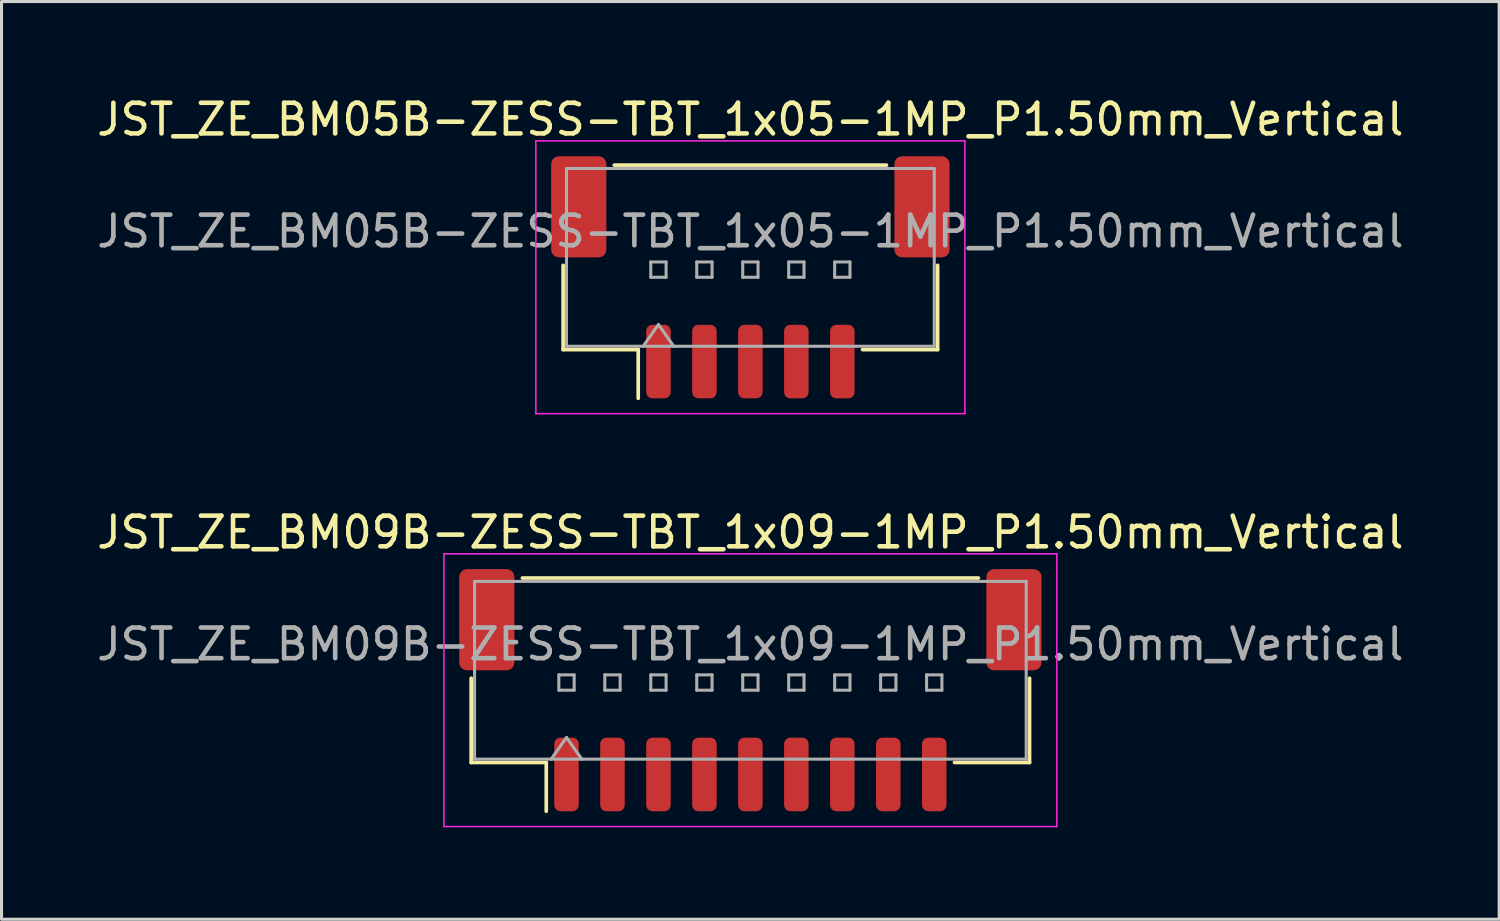
<source format=kicad_pcb>
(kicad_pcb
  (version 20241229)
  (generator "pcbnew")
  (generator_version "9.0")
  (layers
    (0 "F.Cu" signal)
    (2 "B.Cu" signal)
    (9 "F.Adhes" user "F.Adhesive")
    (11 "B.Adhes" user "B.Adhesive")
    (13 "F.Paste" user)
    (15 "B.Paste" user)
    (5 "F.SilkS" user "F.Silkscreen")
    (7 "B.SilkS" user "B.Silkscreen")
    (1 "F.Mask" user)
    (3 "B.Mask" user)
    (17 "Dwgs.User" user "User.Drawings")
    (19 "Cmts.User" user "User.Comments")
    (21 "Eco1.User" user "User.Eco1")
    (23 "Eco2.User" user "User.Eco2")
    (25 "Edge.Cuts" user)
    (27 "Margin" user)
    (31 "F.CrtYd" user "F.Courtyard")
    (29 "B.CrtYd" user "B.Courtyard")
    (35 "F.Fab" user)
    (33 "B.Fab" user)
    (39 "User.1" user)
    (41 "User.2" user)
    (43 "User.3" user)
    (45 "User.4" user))
  (footprint "JST_ZE_BM09B-ZESS-TBT_1x09-1MP_P1.50mm_Vertical"
    (layer "F.Cu")
    (at 21.435 19.471)
    (property "Reference" "JST_ZE_BM09B-ZESS-TBT_1x09-1MP_P1.50mm_Vertical" (at 0 -5.15 0) (layer "F.SilkS") (effects (font (size 1 1) (thickness 0.15))))
    (attr smd)
    (fp_line (start -9.11 -0.39) (end -9.11 2.36) (stroke (width 0.12) (type solid)) (layer "F.SilkS"))
    (fp_line (start -9.11 2.36) (end -6.66 2.36) (stroke (width 0.12) (type solid)) (layer "F.SilkS"))
    (fp_line (start -7.44 -3.66) (end 7.44 -3.66) (stroke (width 0.12) (type solid)) (layer "F.SilkS"))
    (fp_line (start -6.66 2.36) (end -6.66 3.95) (stroke (width 0.12) (type solid)) (layer "F.SilkS"))
    (fp_line (start 9.11 -0.39) (end 9.11 2.36) (stroke (width 0.12) (type solid)) (layer "F.SilkS"))
    (fp_line (start 9.11 2.36) (end 6.66 2.36) (stroke (width 0.12) (type solid)) (layer "F.SilkS"))
    (fp_line (start -10 -4.45) (end -10 4.45) (stroke (width 0.05) (type solid)) (layer "F.CrtYd"))
    (fp_line (start -10 4.45) (end 10 4.45) (stroke (width 0.05) (type solid)) (layer "F.CrtYd"))
    (fp_line (start 10 -4.45) (end -10 -4.45) (stroke (width 0.05) (type solid)) (layer "F.CrtYd"))
    (fp_line (start 10 4.45) (end 10 -4.45) (stroke (width 0.05) (type solid)) (layer "F.CrtYd"))
    (fp_line (start -9 -3.55) (end 9 -3.55) (stroke (width 0.1) (type solid)) (layer "F.Fab"))
    (fp_line (start -9 2.25) (end -9 -3.55) (stroke (width 0.1) (type solid)) (layer "F.Fab"))
    (fp_line (start -9 2.25) (end 9 2.25) (stroke (width 0.1) (type solid)) (layer "F.Fab"))
    (fp_line (start -6.5 2.25) (end -6 1.543) (stroke (width 0.1) (type solid)) (layer "F.Fab"))
    (fp_line (start -6.25 -0.5) (end -6.25 0) (stroke (width 0.1) (type solid)) (layer "F.Fab"))
    (fp_line (start -6.25 0) (end -5.75 0) (stroke (width 0.1) (type solid)) (layer "F.Fab"))
    (fp_line (start -6 1.543) (end -5.5 2.25) (stroke (width 0.1) (type solid)) (layer "F.Fab"))
    (fp_line (start -5.75 -0.5) (end -6.25 -0.5) (stroke (width 0.1) (type solid)) (layer "F.Fab"))
    (fp_line (start -5.75 0) (end -5.75 -0.5) (stroke (width 0.1) (type solid)) (layer "F.Fab"))
    (fp_line (start -4.75 -0.5) (end -4.75 0) (stroke (width 0.1) (type solid)) (layer "F.Fab"))
    (fp_line (start -4.75 0) (end -4.25 0) (stroke (width 0.1) (type solid)) (layer "F.Fab"))
    (fp_line (start -4.25 -0.5) (end -4.75 -0.5) (stroke (width 0.1) (type solid)) (layer "F.Fab"))
    (fp_line (start -4.25 0) (end -4.25 -0.5) (stroke (width 0.1) (type solid)) (layer "F.Fab"))
    (fp_line (start -3.25 -0.5) (end -3.25 0) (stroke (width 0.1) (type solid)) (layer "F.Fab"))
    (fp_line (start -3.25 0) (end -2.75 0) (stroke (width 0.1) (type solid)) (layer "F.Fab"))
    (fp_line (start -2.75 -0.5) (end -3.25 -0.5) (stroke (width 0.1) (type solid)) (layer "F.Fab"))
    (fp_line (start -2.75 0) (end -2.75 -0.5) (stroke (width 0.1) (type solid)) (layer "F.Fab"))
    (fp_line (start -1.75 -0.5) (end -1.75 0) (stroke (width 0.1) (type solid)) (layer "F.Fab"))
    (fp_line (start -1.75 0) (end -1.25 0) (stroke (width 0.1) (type solid)) (layer "F.Fab"))
    (fp_line (start -1.25 -0.5) (end -1.75 -0.5) (stroke (width 0.1) (type solid)) (layer "F.Fab"))
    (fp_line (start -1.25 0) (end -1.25 -0.5) (stroke (width 0.1) (type solid)) (layer "F.Fab"))
    (fp_line (start -0.25 -0.5) (end -0.25 0) (stroke (width 0.1) (type solid)) (layer "F.Fab"))
    (fp_line (start -0.25 0) (end 0.25 0) (stroke (width 0.1) (type solid)) (layer "F.Fab"))
    (fp_line (start 0.25 -0.5) (end -0.25 -0.5) (stroke (width 0.1) (type solid)) (layer "F.Fab"))
    (fp_line (start 0.25 0) (end 0.25 -0.5) (stroke (width 0.1) (type solid)) (layer "F.Fab"))
    (fp_line (start 1.25 -0.5) (end 1.25 0) (stroke (width 0.1) (type solid)) (layer "F.Fab"))
    (fp_line (start 1.25 0) (end 1.75 0) (stroke (width 0.1) (type solid)) (layer "F.Fab"))
    (fp_line (start 1.75 -0.5) (end 1.25 -0.5) (stroke (width 0.1) (type solid)) (layer "F.Fab"))
    (fp_line (start 1.75 0) (end 1.75 -0.5) (stroke (width 0.1) (type solid)) (layer "F.Fab"))
    (fp_line (start 2.75 -0.5) (end 2.75 0) (stroke (width 0.1) (type solid)) (layer "F.Fab"))
    (fp_line (start 2.75 0) (end 3.25 0) (stroke (width 0.1) (type solid)) (layer "F.Fab"))
    (fp_line (start 3.25 -0.5) (end 2.75 -0.5) (stroke (width 0.1) (type solid)) (layer "F.Fab"))
    (fp_line (start 3.25 0) (end 3.25 -0.5) (stroke (width 0.1) (type solid)) (layer "F.Fab"))
    (fp_line (start 4.25 -0.5) (end 4.25 0) (stroke (width 0.1) (type solid)) (layer "F.Fab"))
    (fp_line (start 4.25 0) (end 4.75 0) (stroke (width 0.1) (type solid)) (layer "F.Fab"))
    (fp_line (start 4.75 -0.5) (end 4.25 -0.5) (stroke (width 0.1) (type solid)) (layer "F.Fab"))
    (fp_line (start 4.75 0) (end 4.75 -0.5) (stroke (width 0.1) (type solid)) (layer "F.Fab"))
    (fp_line (start 5.75 -0.5) (end 5.75 0) (stroke (width 0.1) (type solid)) (layer "F.Fab"))
    (fp_line (start 5.75 0) (end 6.25 0) (stroke (width 0.1) (type solid)) (layer "F.Fab"))
    (fp_line (start 6.25 -0.5) (end 5.75 -0.5) (stroke (width 0.1) (type solid)) (layer "F.Fab"))
    (fp_line (start 6.25 0) (end 6.25 -0.5) (stroke (width 0.1) (type solid)) (layer "F.Fab"))
    (fp_line (start 9 2.25) (end 9 -3.55) (stroke (width 0.1) (type solid)) (layer "F.Fab"))
    (fp_text user "${REFERENCE}" (at 0 -1.5 0) (layer "F.Fab") (effects (font (size 1 1) (thickness 0.15))))
    (pad "1" smd roundrect (at -6 2.75) (size 0.8 2.4) (layers "F.Cu" "F.Mask" "F.Paste") (roundrect_rratio 0.25))
    (pad "2" smd roundrect (at -4.5 2.75) (size 0.8 2.4) (layers "F.Cu" "F.Mask" "F.Paste") (roundrect_rratio 0.25))
    (pad "3" smd roundrect (at -3 2.75) (size 0.8 2.4) (layers "F.Cu" "F.Mask" "F.Paste") (roundrect_rratio 0.25))
    (pad "4" smd roundrect (at -1.5 2.75) (size 0.8 2.4) (layers "F.Cu" "F.Mask" "F.Paste") (roundrect_rratio 0.25))
    (pad "5" smd roundrect (at 0 2.75) (size 0.8 2.4) (layers "F.Cu" "F.Mask" "F.Paste") (roundrect_rratio 0.25))
    (pad "6" smd roundrect (at 1.5 2.75) (size 0.8 2.4) (layers "F.Cu" "F.Mask" "F.Paste") (roundrect_rratio 0.25))
    (pad "7" smd roundrect (at 3 2.75) (size 0.8 2.4) (layers "F.Cu" "F.Mask" "F.Paste") (roundrect_rratio 0.25))
    (pad "8" smd roundrect (at 4.5 2.75) (size 0.8 2.4) (layers "F.Cu" "F.Mask" "F.Paste") (roundrect_rratio 0.25))
    (pad "9" smd roundrect (at 6 2.75) (size 0.8 2.4) (layers "F.Cu" "F.Mask" "F.Paste") (roundrect_rratio 0.25))
    (pad "MP" smd roundrect (at -8.6 -2.3) (size 1.8 3.3) (layers "F.Cu" "F.Mask" "F.Paste") (roundrect_rratio 0.139))
    (pad "MP" smd roundrect (at 8.6 -2.3) (size 1.8 3.3) (layers "F.Cu" "F.Mask" "F.Paste") (roundrect_rratio 0.139)))
  (footprint "JST_ZE_BM05B-ZESS-TBT_1x05-1MP_P1.50mm_Vertical"
    (layer "F.Cu")
    (at 21.435 5.998)
    (property "Reference" "JST_ZE_BM05B-ZESS-TBT_1x05-1MP_P1.50mm_Vertical" (at 0 -5.15 0) (layer "F.SilkS") (effects (font (size 1 1) (thickness 0.15))))
    (attr smd)
    (fp_line (start -6.11 -0.39) (end -6.11 2.36) (stroke (width 0.12) (type solid)) (layer "F.SilkS"))
    (fp_line (start -6.11 2.36) (end -3.66 2.36) (stroke (width 0.12) (type solid)) (layer "F.SilkS"))
    (fp_line (start -4.44 -3.66) (end 4.44 -3.66) (stroke (width 0.12) (type solid)) (layer "F.SilkS"))
    (fp_line (start -3.66 2.36) (end -3.66 3.95) (stroke (width 0.12) (type solid)) (layer "F.SilkS"))
    (fp_line (start 6.11 -0.39) (end 6.11 2.36) (stroke (width 0.12) (type solid)) (layer "F.SilkS"))
    (fp_line (start 6.11 2.36) (end 3.66 2.36) (stroke (width 0.12) (type solid)) (layer "F.SilkS"))
    (fp_line (start -7 -4.45) (end -7 4.45) (stroke (width 0.05) (type solid)) (layer "F.CrtYd"))
    (fp_line (start -7 4.45) (end 7 4.45) (stroke (width 0.05) (type solid)) (layer "F.CrtYd"))
    (fp_line (start 7 -4.45) (end -7 -4.45) (stroke (width 0.05) (type solid)) (layer "F.CrtYd"))
    (fp_line (start 7 4.45) (end 7 -4.45) (stroke (width 0.05) (type solid)) (layer "F.CrtYd"))
    (fp_line (start -6 -3.55) (end 6 -3.55) (stroke (width 0.1) (type solid)) (layer "F.Fab"))
    (fp_line (start -6 2.25) (end -6 -3.55) (stroke (width 0.1) (type solid)) (layer "F.Fab"))
    (fp_line (start -6 2.25) (end 6 2.25) (stroke (width 0.1) (type solid)) (layer "F.Fab"))
    (fp_line (start -3.5 2.25) (end -3 1.543) (stroke (width 0.1) (type solid)) (layer "F.Fab"))
    (fp_line (start -3.25 -0.5) (end -3.25 0) (stroke (width 0.1) (type solid)) (layer "F.Fab"))
    (fp_line (start -3.25 0) (end -2.75 0) (stroke (width 0.1) (type solid)) (layer "F.Fab"))
    (fp_line (start -3 1.543) (end -2.5 2.25) (stroke (width 0.1) (type solid)) (layer "F.Fab"))
    (fp_line (start -2.75 -0.5) (end -3.25 -0.5) (stroke (width 0.1) (type solid)) (layer "F.Fab"))
    (fp_line (start -2.75 0) (end -2.75 -0.5) (stroke (width 0.1) (type solid)) (layer "F.Fab"))
    (fp_line (start -1.75 -0.5) (end -1.75 0) (stroke (width 0.1) (type solid)) (layer "F.Fab"))
    (fp_line (start -1.75 0) (end -1.25 0) (stroke (width 0.1) (type solid)) (layer "F.Fab"))
    (fp_line (start -1.25 -0.5) (end -1.75 -0.5) (stroke (width 0.1) (type solid)) (layer "F.Fab"))
    (fp_line (start -1.25 0) (end -1.25 -0.5) (stroke (width 0.1) (type solid)) (layer "F.Fab"))
    (fp_line (start -0.25 -0.5) (end -0.25 0) (stroke (width 0.1) (type solid)) (layer "F.Fab"))
    (fp_line (start -0.25 0) (end 0.25 0) (stroke (width 0.1) (type solid)) (layer "F.Fab"))
    (fp_line (start 0.25 -0.5) (end -0.25 -0.5) (stroke (width 0.1) (type solid)) (layer "F.Fab"))
    (fp_line (start 0.25 0) (end 0.25 -0.5) (stroke (width 0.1) (type solid)) (layer "F.Fab"))
    (fp_line (start 1.25 -0.5) (end 1.25 0) (stroke (width 0.1) (type solid)) (layer "F.Fab"))
    (fp_line (start 1.25 0) (end 1.75 0) (stroke (width 0.1) (type solid)) (layer "F.Fab"))
    (fp_line (start 1.75 -0.5) (end 1.25 -0.5) (stroke (width 0.1) (type solid)) (layer "F.Fab"))
    (fp_line (start 1.75 0) (end 1.75 -0.5) (stroke (width 0.1) (type solid)) (layer "F.Fab"))
    (fp_line (start 2.75 -0.5) (end 2.75 0) (stroke (width 0.1) (type solid)) (layer "F.Fab"))
    (fp_line (start 2.75 0) (end 3.25 0) (stroke (width 0.1) (type solid)) (layer "F.Fab"))
    (fp_line (start 3.25 -0.5) (end 2.75 -0.5) (stroke (width 0.1) (type solid)) (layer "F.Fab"))
    (fp_line (start 3.25 0) (end 3.25 -0.5) (stroke (width 0.1) (type solid)) (layer "F.Fab"))
    (fp_line (start 6 2.25) (end 6 -3.55) (stroke (width 0.1) (type solid)) (layer "F.Fab"))
    (fp_text user "${REFERENCE}" (at 0 -1.5 0) (layer "F.Fab") (effects (font (size 1 1) (thickness 0.15))))
    (pad "1" smd roundrect (at -3 2.75) (size 0.8 2.4) (layers "F.Cu" "F.Mask" "F.Paste") (roundrect_rratio 0.25))
    (pad "2" smd roundrect (at -1.5 2.75) (size 0.8 2.4) (layers "F.Cu" "F.Mask" "F.Paste") (roundrect_rratio 0.25))
    (pad "3" smd roundrect (at 0 2.75) (size 0.8 2.4) (layers "F.Cu" "F.Mask" "F.Paste") (roundrect_rratio 0.25))
    (pad "4" smd roundrect (at 1.5 2.75) (size 0.8 2.4) (layers "F.Cu" "F.Mask" "F.Paste") (roundrect_rratio 0.25))
    (pad "5" smd roundrect (at 3 2.75) (size 0.8 2.4) (layers "F.Cu" "F.Mask" "F.Paste") (roundrect_rratio 0.25))
    (pad "MP" smd roundrect (at -5.6 -2.3) (size 1.8 3.3) (layers "F.Cu" "F.Mask" "F.Paste") (roundrect_rratio 0.139))
    (pad "MP" smd roundrect (at 5.6 -2.3) (size 1.8 3.3) (layers "F.Cu" "F.Mask" "F.Paste") (roundrect_rratio 0.139)))
  (gr_rect
    (start -3 -3)
    (end 45.869 26.947)
    (stroke (width 0.1) (type default))
    (fill no)
    (layer "Edge.Cuts")))
</source>
